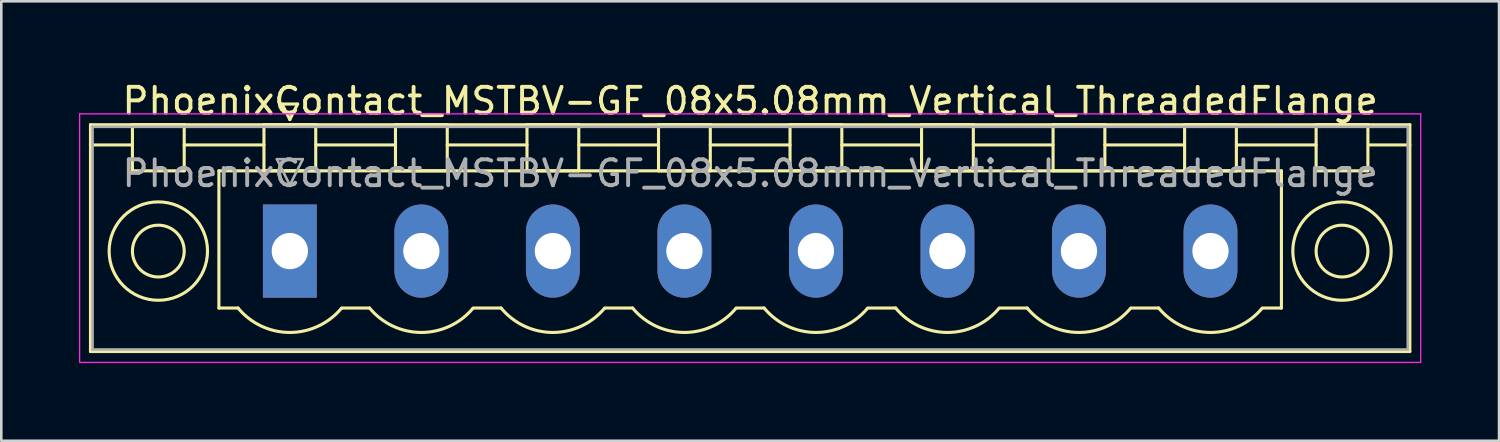
<source format=kicad_pcb>
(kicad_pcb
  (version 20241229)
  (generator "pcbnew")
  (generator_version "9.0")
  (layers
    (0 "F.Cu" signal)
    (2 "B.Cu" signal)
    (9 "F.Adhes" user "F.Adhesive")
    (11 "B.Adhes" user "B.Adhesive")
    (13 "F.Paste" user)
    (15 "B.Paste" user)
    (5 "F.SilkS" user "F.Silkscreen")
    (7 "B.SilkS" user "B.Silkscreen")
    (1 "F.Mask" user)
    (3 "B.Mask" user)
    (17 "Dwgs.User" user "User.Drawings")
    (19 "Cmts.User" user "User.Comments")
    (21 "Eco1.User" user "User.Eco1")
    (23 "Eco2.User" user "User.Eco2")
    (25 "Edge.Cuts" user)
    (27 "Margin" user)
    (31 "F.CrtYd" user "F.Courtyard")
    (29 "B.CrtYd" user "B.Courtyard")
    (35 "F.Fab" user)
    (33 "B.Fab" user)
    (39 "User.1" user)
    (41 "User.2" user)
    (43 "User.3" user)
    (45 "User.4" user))
  (footprint "PhoenixContact_MSTBV-GF_08x5.08mm_Vertical_ThreadedFlange"
    (layer "F.Cu")
    (at 8.145 6.648)
    (property "Reference" "PhoenixContact_MSTBV-GF_08x5.08mm_Vertical_ThreadedFlange" (at 17.78 -5.8 0) (layer "F.SilkS") (effects (font (size 1 1) (thickness 0.15))))
    (attr through_hole)
    (fp_line (start -7.7 -4.88) (end -7.7 3.88) (stroke (width 0.12) (type solid)) (layer "F.SilkS"))
    (fp_line (start -7.7 -4.1) (end -6.16 -4.1) (stroke (width 0.12) (type solid)) (layer "F.SilkS"))
    (fp_line (start -7.7 3.88) (end 43.26 3.88) (stroke (width 0.12) (type solid)) (layer "F.SilkS"))
    (fp_line (start -6.08 -4.88) (end -4.08 -4.88) (stroke (width 0.12) (type solid)) (layer "F.SilkS"))
    (fp_line (start -6.08 -3.1) (end -6.08 -4.88) (stroke (width 0.12) (type solid)) (layer "F.SilkS"))
    (fp_line (start -4.08 -4.88) (end -4.08 -3.1) (stroke (width 0.12) (type solid)) (layer "F.SilkS"))
    (fp_line (start -4.08 -4.1) (end -1 -4.1) (stroke (width 0.12) (type solid)) (layer "F.SilkS"))
    (fp_line (start -4.08 -3.1) (end -6.08 -3.1) (stroke (width 0.12) (type solid)) (layer "F.SilkS"))
    (fp_line (start -2.74 -3.1) (end 38.3 -3.1) (stroke (width 0.12) (type solid)) (layer "F.SilkS"))
    (fp_line (start -2.74 2.2) (end -2.74 -3.1) (stroke (width 0.12) (type solid)) (layer "F.SilkS"))
    (fp_line (start -2 2.2) (end -2.74 2.2) (stroke (width 0.12) (type solid)) (layer "F.SilkS"))
    (fp_line (start -1 -4.88) (end 1 -4.88) (stroke (width 0.12) (type solid)) (layer "F.SilkS"))
    (fp_line (start -1 -3.1) (end -1 -4.88) (stroke (width 0.12) (type solid)) (layer "F.SilkS"))
    (fp_line (start -0.3 -5.68) (end 0.3 -5.68) (stroke (width 0.12) (type solid)) (layer "F.SilkS"))
    (fp_line (start 0 -5.08) (end -0.3 -5.68) (stroke (width 0.12) (type solid)) (layer "F.SilkS"))
    (fp_line (start 0.3 -5.68) (end 0 -5.08) (stroke (width 0.12) (type solid)) (layer "F.SilkS"))
    (fp_line (start 1 -4.88) (end 1 -3.1) (stroke (width 0.12) (type solid)) (layer "F.SilkS"))
    (fp_line (start 1 -4.1) (end 4.08 -4.1) (stroke (width 0.12) (type solid)) (layer "F.SilkS"))
    (fp_line (start 1 -3.1) (end -1 -3.1) (stroke (width 0.12) (type solid)) (layer "F.SilkS"))
    (fp_line (start 2 2.2) (end 3.08 2.2) (stroke (width 0.12) (type solid)) (layer "F.SilkS"))
    (fp_line (start 4.08 -4.88) (end 6.08 -4.88) (stroke (width 0.12) (type solid)) (layer "F.SilkS"))
    (fp_line (start 4.08 -3.1) (end 4.08 -4.88) (stroke (width 0.12) (type solid)) (layer "F.SilkS"))
    (fp_line (start 6.08 -4.88) (end 6.08 -3.1) (stroke (width 0.12) (type solid)) (layer "F.SilkS"))
    (fp_line (start 6.08 -4.1) (end 9.16 -4.1) (stroke (width 0.12) (type solid)) (layer "F.SilkS"))
    (fp_line (start 6.08 -3.1) (end 4.08 -3.1) (stroke (width 0.12) (type solid)) (layer "F.SilkS"))
    (fp_line (start 7.08 2.2) (end 8.16 2.2) (stroke (width 0.12) (type solid)) (layer "F.SilkS"))
    (fp_line (start 9.16 -4.88) (end 11.16 -4.88) (stroke (width 0.12) (type solid)) (layer "F.SilkS"))
    (fp_line (start 9.16 -3.1) (end 9.16 -4.88) (stroke (width 0.12) (type solid)) (layer "F.SilkS"))
    (fp_line (start 11.16 -4.88) (end 11.16 -3.1) (stroke (width 0.12) (type solid)) (layer "F.SilkS"))
    (fp_line (start 11.16 -4.1) (end 14.24 -4.1) (stroke (width 0.12) (type solid)) (layer "F.SilkS"))
    (fp_line (start 11.16 -3.1) (end 9.16 -3.1) (stroke (width 0.12) (type solid)) (layer "F.SilkS"))
    (fp_line (start 12.16 2.2) (end 13.24 2.2) (stroke (width 0.12) (type solid)) (layer "F.SilkS"))
    (fp_line (start 14.24 -4.88) (end 16.24 -4.88) (stroke (width 0.12) (type solid)) (layer "F.SilkS"))
    (fp_line (start 14.24 -3.1) (end 14.24 -4.88) (stroke (width 0.12) (type solid)) (layer "F.SilkS"))
    (fp_line (start 16.24 -4.88) (end 16.24 -3.1) (stroke (width 0.12) (type solid)) (layer "F.SilkS"))
    (fp_line (start 16.24 -4.1) (end 19.32 -4.1) (stroke (width 0.12) (type solid)) (layer "F.SilkS"))
    (fp_line (start 16.24 -3.1) (end 14.24 -3.1) (stroke (width 0.12) (type solid)) (layer "F.SilkS"))
    (fp_line (start 17.24 2.2) (end 18.32 2.2) (stroke (width 0.12) (type solid)) (layer "F.SilkS"))
    (fp_line (start 19.32 -4.88) (end 21.32 -4.88) (stroke (width 0.12) (type solid)) (layer "F.SilkS"))
    (fp_line (start 19.32 -3.1) (end 19.32 -4.88) (stroke (width 0.12) (type solid)) (layer "F.SilkS"))
    (fp_line (start 21.32 -4.88) (end 21.32 -3.1) (stroke (width 0.12) (type solid)) (layer "F.SilkS"))
    (fp_line (start 21.32 -4.1) (end 24.4 -4.1) (stroke (width 0.12) (type solid)) (layer "F.SilkS"))
    (fp_line (start 21.32 -3.1) (end 19.32 -3.1) (stroke (width 0.12) (type solid)) (layer "F.SilkS"))
    (fp_line (start 22.32 2.2) (end 23.4 2.2) (stroke (width 0.12) (type solid)) (layer "F.SilkS"))
    (fp_line (start 24.4 -4.88) (end 26.4 -4.88) (stroke (width 0.12) (type solid)) (layer "F.SilkS"))
    (fp_line (start 24.4 -3.1) (end 24.4 -4.88) (stroke (width 0.12) (type solid)) (layer "F.SilkS"))
    (fp_line (start 26.4 -4.88) (end 26.4 -3.1) (stroke (width 0.12) (type solid)) (layer "F.SilkS"))
    (fp_line (start 26.4 -4.1) (end 29.48 -4.1) (stroke (width 0.12) (type solid)) (layer "F.SilkS"))
    (fp_line (start 26.4 -3.1) (end 24.4 -3.1) (stroke (width 0.12) (type solid)) (layer "F.SilkS"))
    (fp_line (start 27.4 2.2) (end 28.48 2.2) (stroke (width 0.12) (type solid)) (layer "F.SilkS"))
    (fp_line (start 29.48 -4.88) (end 31.48 -4.88) (stroke (width 0.12) (type solid)) (layer "F.SilkS"))
    (fp_line (start 29.48 -3.1) (end 29.48 -4.88) (stroke (width 0.12) (type solid)) (layer "F.SilkS"))
    (fp_line (start 31.48 -4.88) (end 31.48 -3.1) (stroke (width 0.12) (type solid)) (layer "F.SilkS"))
    (fp_line (start 31.48 -4.1) (end 34.56 -4.1) (stroke (width 0.12) (type solid)) (layer "F.SilkS"))
    (fp_line (start 31.48 -3.1) (end 29.48 -3.1) (stroke (width 0.12) (type solid)) (layer "F.SilkS"))
    (fp_line (start 32.48 2.2) (end 33.56 2.2) (stroke (width 0.12) (type solid)) (layer "F.SilkS"))
    (fp_line (start 34.56 -4.88) (end 36.56 -4.88) (stroke (width 0.12) (type solid)) (layer "F.SilkS"))
    (fp_line (start 34.56 -3.1) (end 34.56 -4.88) (stroke (width 0.12) (type solid)) (layer "F.SilkS"))
    (fp_line (start 36.56 -4.88) (end 36.56 -3.1) (stroke (width 0.12) (type solid)) (layer "F.SilkS"))
    (fp_line (start 36.56 -4.1) (end 39.64 -4.1) (stroke (width 0.12) (type solid)) (layer "F.SilkS"))
    (fp_line (start 36.56 -3.1) (end 34.56 -3.1) (stroke (width 0.12) (type solid)) (layer "F.SilkS"))
    (fp_line (start 38.3 -3.1) (end 38.3 2.2) (stroke (width 0.12) (type solid)) (layer "F.SilkS"))
    (fp_line (start 38.3 2.2) (end 37.56 2.2) (stroke (width 0.12) (type solid)) (layer "F.SilkS"))
    (fp_line (start 39.64 -4.88) (end 41.64 -4.88) (stroke (width 0.12) (type solid)) (layer "F.SilkS"))
    (fp_line (start 39.64 -3.1) (end 39.64 -4.88) (stroke (width 0.12) (type solid)) (layer "F.SilkS"))
    (fp_line (start 41.64 -4.88) (end 41.64 -3.1) (stroke (width 0.12) (type solid)) (layer "F.SilkS"))
    (fp_line (start 41.64 -3.1) (end 39.64 -3.1) (stroke (width 0.12) (type solid)) (layer "F.SilkS"))
    (fp_line (start 43.26 -4.88) (end -7.7 -4.88) (stroke (width 0.12) (type solid)) (layer "F.SilkS"))
    (fp_line (start 43.26 -4.1) (end 41.72 -4.1) (stroke (width 0.12) (type solid)) (layer "F.SilkS"))
    (fp_line (start 43.26 3.88) (end 43.26 -4.88) (stroke (width 0.12) (type solid)) (layer "F.SilkS"))
    (fp_arc (start 1.986842 2.215821) (mid -0.010289 3.142758) (end -2 2.2) (stroke (width 0.12) (type solid)) (layer "F.SilkS"))
    (fp_arc (start 7.066842 2.215821) (mid 5.069711 3.142758) (end 3.08 2.2) (stroke (width 0.12) (type solid)) (layer "F.SilkS"))
    (fp_arc (start 12.146842 2.215821) (mid 10.149711 3.142758) (end 8.16 2.2) (stroke (width 0.12) (type solid)) (layer "F.SilkS"))
    (fp_arc (start 17.226842 2.215821) (mid 15.229711 3.142758) (end 13.24 2.2) (stroke (width 0.12) (type solid)) (layer "F.SilkS"))
    (fp_arc (start 22.306842 2.215821) (mid 20.309711 3.142758) (end 18.32 2.2) (stroke (width 0.12) (type solid)) (layer "F.SilkS"))
    (fp_arc (start 27.386842 2.215821) (mid 25.389711 3.142758) (end 23.4 2.2) (stroke (width 0.12) (type solid)) (layer "F.SilkS"))
    (fp_arc (start 32.466842 2.215821) (mid 30.469711 3.142758) (end 28.48 2.2) (stroke (width 0.12) (type solid)) (layer "F.SilkS"))
    (fp_arc (start 37.546842 2.215821) (mid 35.549711 3.142758) (end 33.56 2.2) (stroke (width 0.12) (type solid)) (layer "F.SilkS"))
    (fp_circle (center -5.08 0) (end -4.08 0) (stroke (width 0.12) (type solid)) (fill no) (layer "F.SilkS"))
    (fp_circle (center -5.08 0) (end -3.18 0) (stroke (width 0.12) (type solid)) (fill no) (layer "F.SilkS"))
    (fp_circle (center 40.64 0) (end 41.64 0) (stroke (width 0.12) (type solid)) (fill no) (layer "F.SilkS"))
    (fp_circle (center 40.64 0) (end 42.54 0) (stroke (width 0.12) (type solid)) (fill no) (layer "F.SilkS"))
    (fp_line (start -8.12 -5.3) (end -8.12 4.3) (stroke (width 0.05) (type solid)) (layer "F.CrtYd"))
    (fp_line (start -8.12 4.3) (end 43.68 4.3) (stroke (width 0.05) (type solid)) (layer "F.CrtYd"))
    (fp_line (start 43.68 -5.3) (end -8.12 -5.3) (stroke (width 0.05) (type solid)) (layer "F.CrtYd"))
    (fp_line (start 43.68 4.3) (end 43.68 -5.3) (stroke (width 0.05) (type solid)) (layer "F.CrtYd"))
    (fp_line (start -7.62 -4.8) (end -7.62 3.8) (stroke (width 0.1) (type solid)) (layer "F.Fab"))
    (fp_line (start -7.62 3.8) (end 43.18 3.8) (stroke (width 0.1) (type solid)) (layer "F.Fab"))
    (fp_line (start -0.5 -3.55) (end 0.5 -3.55) (stroke (width 0.1) (type solid)) (layer "F.Fab"))
    (fp_line (start 0 -2.55) (end -0.5 -3.55) (stroke (width 0.1) (type solid)) (layer "F.Fab"))
    (fp_line (start 0.5 -3.55) (end 0 -2.55) (stroke (width 0.1) (type solid)) (layer "F.Fab"))
    (fp_line (start 43.18 -4.8) (end -7.62 -4.8) (stroke (width 0.1) (type solid)) (layer "F.Fab"))
    (fp_line (start 43.18 3.8) (end 43.18 -4.8) (stroke (width 0.1) (type solid)) (layer "F.Fab"))
    (fp_text user "${REFERENCE}" (at 17.78 -3 0) (layer "F.Fab") (effects (font (size 1 1) (thickness 0.15))))
    (pad "1" thru_hole rect (at 0 0) (size 2.08 3.6) (drill 1.4) (layers "*.Cu" "*.Mask"))
    (pad "2" thru_hole oval (at 5.08 0) (size 2.08 3.6) (drill 1.4) (layers "*.Cu" "*.Mask"))
    (pad "3" thru_hole oval (at 10.16 0) (size 2.08 3.6) (drill 1.4) (layers "*.Cu" "*.Mask"))
    (pad "4" thru_hole oval (at 15.24 0) (size 2.08 3.6) (drill 1.4) (layers "*.Cu" "*.Mask"))
    (pad "5" thru_hole oval (at 20.32 0) (size 2.08 3.6) (drill 1.4) (layers "*.Cu" "*.Mask"))
    (pad "6" thru_hole oval (at 25.4 0) (size 2.08 3.6) (drill 1.4) (layers "*.Cu" "*.Mask"))
    (pad "7" thru_hole oval (at 30.48 0) (size 2.08 3.6) (drill 1.4) (layers "*.Cu" "*.Mask"))
    (pad "8" thru_hole oval (at 35.56 0) (size 2.08 3.6) (drill 1.4) (layers "*.Cu" "*.Mask")))
  (gr_rect
    (start -3 -3)
    (end 54.85 13.973)
    (stroke (width 0.1) (type default))
    (fill no)
    (layer "Edge.Cuts")))
</source>
